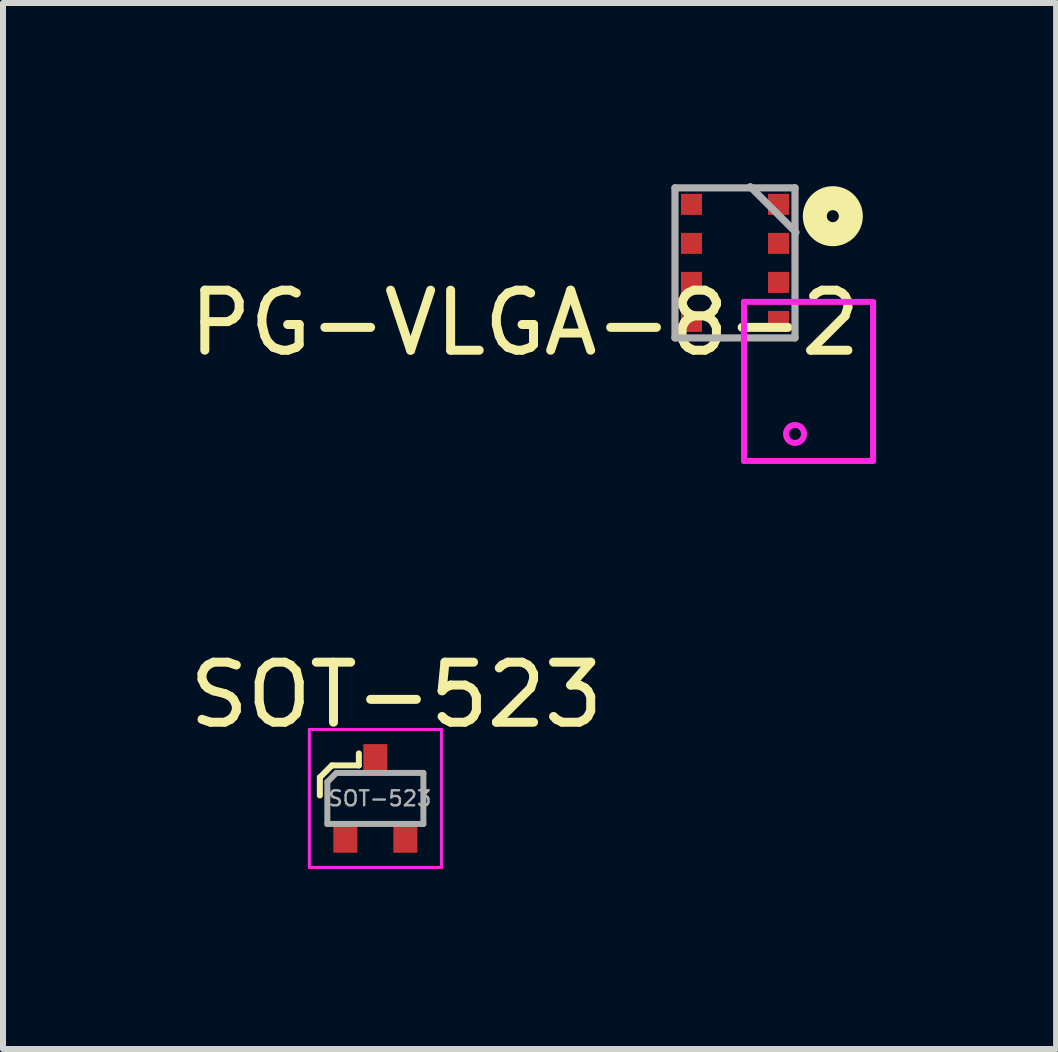
<source format=kicad_pcb>
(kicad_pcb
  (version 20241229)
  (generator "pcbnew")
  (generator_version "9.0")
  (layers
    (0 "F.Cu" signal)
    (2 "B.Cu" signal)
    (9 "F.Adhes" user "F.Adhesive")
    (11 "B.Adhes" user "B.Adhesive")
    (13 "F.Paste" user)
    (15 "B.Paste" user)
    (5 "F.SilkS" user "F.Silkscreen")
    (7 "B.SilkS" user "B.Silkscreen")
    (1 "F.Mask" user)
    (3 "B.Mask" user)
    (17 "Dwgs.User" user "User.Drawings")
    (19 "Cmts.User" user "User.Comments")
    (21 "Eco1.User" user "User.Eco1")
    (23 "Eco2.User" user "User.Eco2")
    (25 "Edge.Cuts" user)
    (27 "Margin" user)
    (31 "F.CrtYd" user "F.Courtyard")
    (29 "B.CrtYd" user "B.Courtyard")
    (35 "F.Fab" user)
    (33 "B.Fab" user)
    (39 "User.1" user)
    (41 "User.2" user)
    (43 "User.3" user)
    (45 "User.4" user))
  (footprint "PG-VLGA-8-2"
    (layer "F.Cu")
    (at 9.196 1.33)
    (property "Reference" "PG-VLGA-8-2" (at -3.5 1 0) (layer "F.SilkS") (effects (font (size 1 1) (thickness 0.15))))
    (attr through_hole)
    (fp_circle (center 1.63 -0.778) (end 1.73 -0.778) (stroke (width 0.4) (type solid)) (fill no) (layer "F.SilkS"))
    (fp_line (start 0.15 0.65) (end 2.3 0.65) (stroke (width 0.1) (type solid)) (layer "F.CrtYd"))
    (fp_line (start 0.15 3.3) (end 0.15 0.65) (stroke (width 0.1) (type solid)) (layer "F.CrtYd"))
    (fp_line (start 2.3 0.65) (end 2.3 3.3) (stroke (width 0.1) (type solid)) (layer "F.CrtYd"))
    (fp_line (start 2.3 3.3) (end 0.15 3.3) (stroke (width 0.1) (type solid)) (layer "F.CrtYd"))
    (fp_circle (center 1 2.85) (end 1.15 2.85) (stroke (width 0.1) (type solid)) (fill no) (layer "F.CrtYd"))
    (fp_line (start -1 -1.25) (end 1 -1.25) (stroke (width 0.12) (type solid)) (layer "F.Fab"))
    (fp_line (start -1 1.25) (end -1 -1.25) (stroke (width 0.12) (type solid)) (layer "F.Fab"))
    (fp_line (start 0.254 -1.27) (end 1.016 -0.508) (stroke (width 0.12) (type solid)) (layer "F.Fab"))
    (fp_line (start 1 -1.25) (end 1 1.25) (stroke (width 0.12) (type solid)) (layer "F.Fab"))
    (fp_line (start 1 1.25) (end -1 1.25) (stroke (width 0.12) (type solid)) (layer "F.Fab"))
    (pad "1" smd rect (at 0.725 -0.975) (size 0.35 0.35) (layers "F.Cu" "F.Mask" "F.Paste"))
    (pad "2" smd rect (at 0.725 -0.325) (size 0.35 0.35) (layers "F.Cu" "F.Mask" "F.Paste"))
    (pad "3" smd rect (at 0.725 0.325) (size 0.35 0.35) (layers "F.Cu" "F.Mask" "F.Paste"))
    (pad "4" smd rect (at 0.725 0.975) (size 0.35 0.35) (layers "F.Cu" "F.Mask" "F.Paste"))
    (pad "5" smd rect (at -0.725 0.975) (size 0.35 0.35) (layers "F.Cu" "F.Mask" "F.Paste"))
    (pad "6" smd rect (at -0.725 0.325) (size 0.35 0.35) (layers "F.Cu" "F.Mask" "F.Paste"))
    (pad "7" smd rect (at -0.725 -0.325) (size 0.35 0.35) (layers "F.Cu" "F.Mask" "F.Paste"))
    (pad "8" smd rect (at -0.725 -0.975) (size 0.35 0.35) (layers "F.Cu" "F.Mask" "F.Paste")))
  (footprint "SOT-523"
    (layer "F.Cu")
    (at 3.204 10.253)
    (property "Reference" "SOT-523" (at 0.35 -1.725 0) (layer "F.SilkS") (effects (font (size 1 1) (thickness 0.15))))
    (attr smd)
    (fp_line (start -0.925 -0.35) (end -0.725 -0.55) (stroke (width 0.1) (type solid)) (layer "F.SilkS"))
    (fp_line (start -0.925 -0.05) (end -0.925 -0.35) (stroke (width 0.1) (type solid)) (layer "F.SilkS"))
    (fp_line (start -0.725 -0.55) (end -0.275 -0.55) (stroke (width 0.1) (type solid)) (layer "F.SilkS"))
    (fp_line (start -0.275 -0.55) (end -0.275 -0.75) (stroke (width 0.1) (type solid)) (layer "F.SilkS"))
    (fp_line (start -1.1 -1.15) (end -1.1 1.15) (stroke (width 0.05) (type solid)) (layer "F.CrtYd"))
    (fp_line (start -1.1 -1.15) (end 1.1 -1.15) (stroke (width 0.05) (type solid)) (layer "F.CrtYd"))
    (fp_line (start -1.1 1.15) (end 1.1 1.15) (stroke (width 0.05) (type solid)) (layer "F.CrtYd"))
    (fp_line (start 1.1 -1.15) (end 1.1 1.15) (stroke (width 0.05) (type solid)) (layer "F.CrtYd"))
    (fp_line (start -0.8 -0.275) (end -0.8 0.425) (stroke (width 0.1) (type solid)) (layer "F.Fab"))
    (fp_line (start -0.65 -0.425) (end -0.8 -0.275) (stroke (width 0.1) (type solid)) (layer "F.Fab"))
    (fp_line (start 0.8 -0.425) (end -0.65 -0.425) (stroke (width 0.1) (type solid)) (layer "F.Fab"))
    (fp_line (start 0.8 -0.425) (end 0.8 0.425) (stroke (width 0.1) (type solid)) (layer "F.Fab"))
    (fp_line (start 0.8 0.425) (end -0.8 0.425) (stroke (width 0.1) (type solid)) (layer "F.Fab"))
    (fp_text user "${REFERENCE}" (at 0.075 0.00024 0) (layer "F.Fab") (effects (font (size 0.25 0.25) (thickness 0.04))))
    (pad "1" smd rect (at -0.5 0.65) (size 0.4 0.51) (layers "F.Cu" "F.Mask" "F.Paste"))
    (pad "2" smd rect (at 0.5 0.65) (size 0.4 0.51) (layers "F.Cu" "F.Mask" "F.Paste"))
    (pad "3" smd rect (at 0 -0.65) (size 0.4 0.51) (layers "F.Cu" "F.Mask" "F.Paste")))
  (gr_rect
    (start -3 -3)
    (end 14.546 14.428)
    (stroke (width 0.1) (type default))
    (fill no)
    (layer "Edge.Cuts")))
</source>
